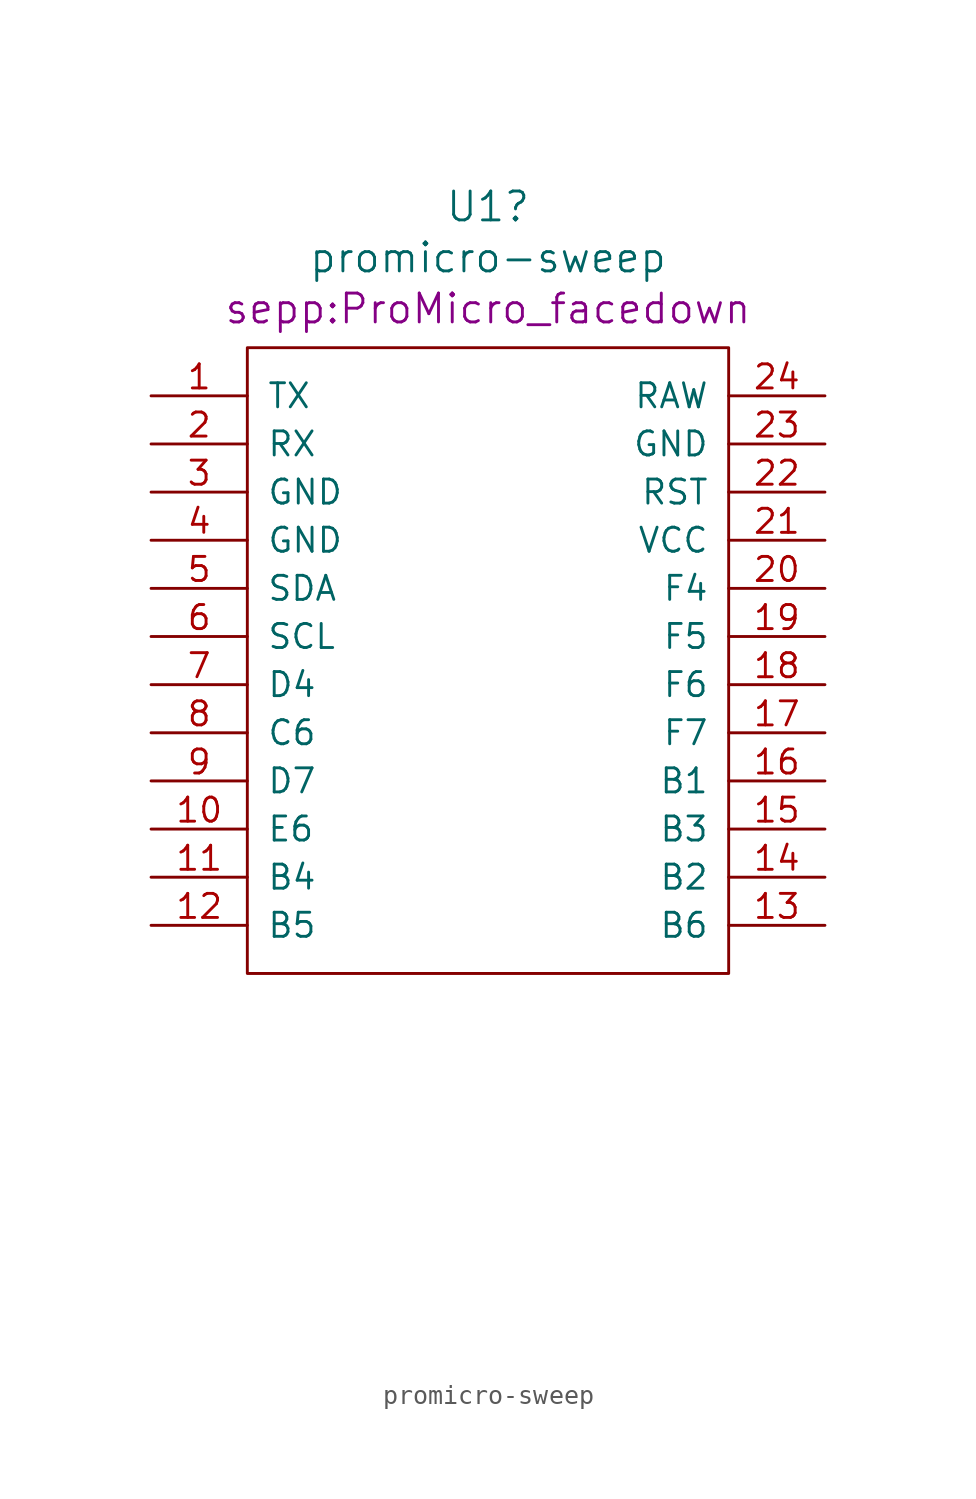
<source format=kicad_sym>
(kicad_symbol_lib
  (version 20220914)
  (generator kicad_symbol_editor)
  (symbol "promicro-sweep"
    (pin_names
      (offset 1.016))
    (property "Reference" "U1"
      (at 0 29.032 0)
      (effects (font (size 1.524 1.524))))
    (property "Value" "promicro-sweep"
      (at 0 26.34 0)
      (effects (font (size 1.524 1.524))))
    (property "Footprint" "sepp:ProMicro_facedown"
      (at 0 23.647 0)
      (effects (font (size 1.524 1.524))))
    (property "Datasheet" ""
      (at 2.54 -26.67 0)
      (effects (font (size 1.524 1.524))))
    (symbol "promicro-sweep_0_1"
      (rectangle (start -12.7 21.59) (end 12.7 -11.43) (stroke (width 0) (type solid)) (fill (type none))))
    (symbol "promicro-sweep_1_1"
      (pin bidirectional line (at -17.78 19.05 0) (length 5.08) (name "TX" (effects (font (size 1.27 1.27)))) (number "1" (effects (font (size 1.27 1.27)))))
      (pin bidirectional line (at -17.78 -3.81 0) (length 5.08) (name "E6" (effects (font (size 1.27 1.27)))) (number "10" (effects (font (size 1.27 1.27)))))
      (pin bidirectional line (at -17.78 -6.35 0) (length 5.08) (name "B4" (effects (font (size 1.27 1.27)))) (number "11" (effects (font (size 1.27 1.27)))))
      (pin bidirectional line (at -17.78 -8.89 0) (length 5.08) (name "B5" (effects (font (size 1.27 1.27)))) (number "12" (effects (font (size 1.27 1.27)))))
      (pin bidirectional line (at 17.78 -8.89 180) (length 5.08) (name "B6" (effects (font (size 1.27 1.27)))) (number "13" (effects (font (size 1.27 1.27)))))
      (pin bidirectional line (at 17.78 -6.35 180) (length 5.08) (name "B2" (effects (font (size 1.27 1.27)))) (number "14" (effects (font (size 1.27 1.27)))))
      (pin bidirectional line (at 17.78 -3.81 180) (length 5.08) (name "B3" (effects (font (size 1.27 1.27)))) (number "15" (effects (font (size 1.27 1.27)))))
      (pin bidirectional line (at 17.78 -1.27 180) (length 5.08) (name "B1" (effects (font (size 1.27 1.27)))) (number "16" (effects (font (size 1.27 1.27)))))
      (pin bidirectional line (at 17.78 1.27 180) (length 5.08) (name "F7" (effects (font (size 1.27 1.27)))) (number "17" (effects (font (size 1.27 1.27)))))
      (pin bidirectional line (at 17.78 3.81 180) (length 5.08) (name "F6" (effects (font (size 1.27 1.27)))) (number "18" (effects (font (size 1.27 1.27)))))
      (pin bidirectional line (at 17.78 6.35 180) (length 5.08) (name "F5" (effects (font (size 1.27 1.27)))) (number "19" (effects (font (size 1.27 1.27)))))
      (pin bidirectional line (at -17.78 16.51 0) (length 5.08) (name "RX" (effects (font (size 1.27 1.27)))) (number "2" (effects (font (size 1.27 1.27)))))
      (pin bidirectional line (at 17.78 8.89 180) (length 5.08) (name "F4" (effects (font (size 1.27 1.27)))) (number "20" (effects (font (size 1.27 1.27)))))
      (pin power_in line (at 17.78 11.43 180) (length 5.08) (name "VCC" (effects (font (size 1.27 1.27)))) (number "21" (effects (font (size 1.27 1.27)))))
      (pin input line (at 17.78 13.97 180) (length 5.08) (name "RST" (effects (font (size 1.27 1.27)))) (number "22" (effects (font (size 1.27 1.27)))))
      (pin power_in line (at 17.78 16.51 180) (length 5.08) (name "GND" (effects (font (size 1.27 1.27)))) (number "23" (effects (font (size 1.27 1.27)))))
      (pin power_out line (at 17.78 19.05 180) (length 5.08) (name "RAW" (effects (font (size 1.27 1.27)))) (number "24" (effects (font (size 1.27 1.27)))))
      (pin power_in line (at -17.78 13.97 0) (length 5.08) (name "GND" (effects (font (size 1.27 1.27)))) (number "3" (effects (font (size 1.27 1.27)))))
      (pin power_in line (at -17.78 11.43 0) (length 5.08) (name "GND" (effects (font (size 1.27 1.27)))) (number "4" (effects (font (size 1.27 1.27)))))
      (pin bidirectional line (at -17.78 8.89 0) (length 5.08) (name "SDA" (effects (font (size 1.27 1.27)))) (number "5" (effects (font (size 1.27 1.27)))))
      (pin bidirectional line (at -17.78 6.35 0) (length 5.08) (name "SCL" (effects (font (size 1.27 1.27)))) (number "6" (effects (font (size 1.27 1.27)))))
      (pin bidirectional line (at -17.78 3.81 0) (length 5.08) (name "D4" (effects (font (size 1.27 1.27)))) (number "7" (effects (font (size 1.27 1.27)))))
      (pin bidirectional line (at -17.78 1.27 0) (length 5.08) (name "C6" (effects (font (size 1.27 1.27)))) (number "8" (effects (font (size 1.27 1.27)))))
      (pin bidirectional line (at -17.78 -1.27 0) (length 5.08) (name "D7" (effects (font (size 1.27 1.27)))) (number "9" (effects (font (size 1.27 1.27))))))))
</source>
